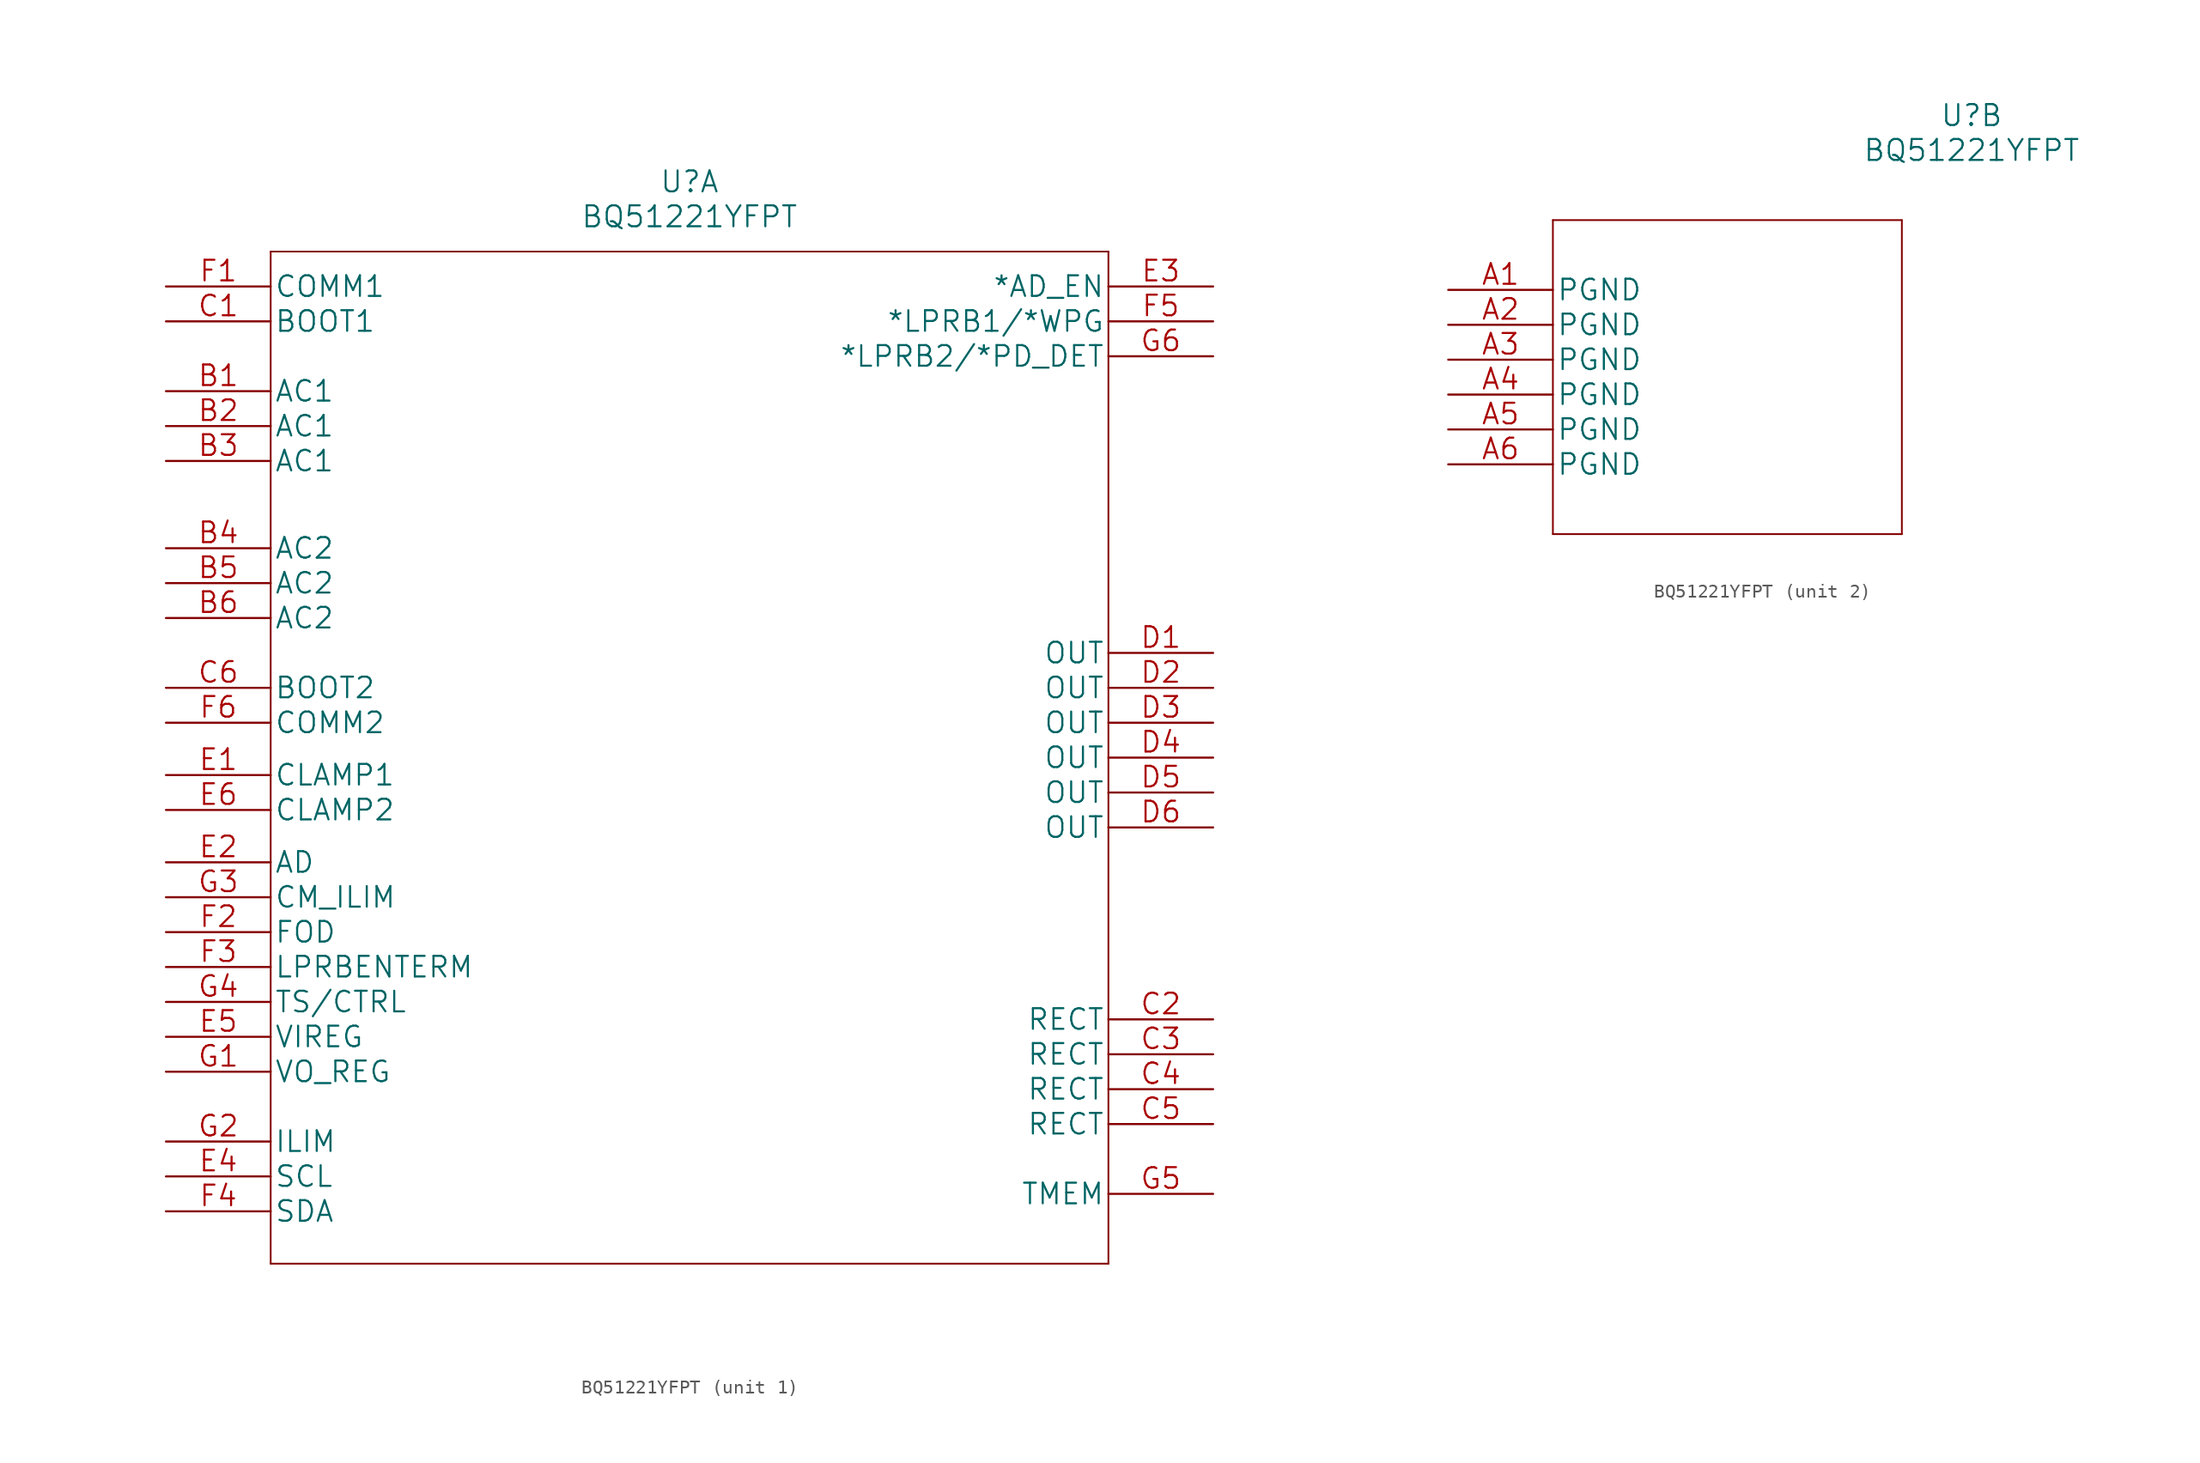
<source format=kicad_sym>
(kicad_symbol_lib
  (version 20211014)
  (generator kicad_symbol_editor)
  (symbol "BQ51221YFPT"
    (pin_names
      (offset 0.254))
    (property "Reference" "U"
      (at 38.1 12.7 0)
      (effects (font (size 1.524 1.524))))
    (property "Value" "BQ51221YFPT"
      (at 38.1 10.16 0)
      (effects (font (size 1.524 1.524))))
    (property "Datasheet" ""
      (at 0 -2.54 0)
      (effects (font (size 1.524 1.524))))
    (symbol "BQ51221YFPT_1_1"
      (polyline (pts (xy 7.62 -66.04) (xy 68.58 -66.04)) (stroke (width 0.127) (type default) (color 0 0 0 0)) (fill (type none)))
      (polyline (pts (xy 7.62 7.62) (xy 7.62 -66.04)) (stroke (width 0.127) (type default) (color 0 0 0 0)) (fill (type none)))
      (polyline (pts (xy 68.58 -66.04) (xy 68.58 7.62)) (stroke (width 0.127) (type default) (color 0 0 0 0)) (fill (type none)))
      (polyline (pts (xy 68.58 7.62) (xy 7.62 7.62)) (stroke (width 0.127) (type default) (color 0 0 0 0)) (fill (type none)))
      (pin input line (at 0 -2.54 0) (length 7.62) (name "AC1" (effects (font (size 1.499 1.499)))) (number "B1" (effects (font (size 1.499 1.499)))))
      (pin input line (at 0 -5.08 0) (length 7.62) (name "AC1" (effects (font (size 1.499 1.499)))) (number "B2" (effects (font (size 1.499 1.499)))))
      (pin input line (at 0 -7.62 0) (length 7.62) (name "AC1" (effects (font (size 1.499 1.499)))) (number "B3" (effects (font (size 1.499 1.499)))))
      (pin input line (at 0 -13.97 0) (length 7.62) (name "AC2" (effects (font (size 1.499 1.499)))) (number "B4" (effects (font (size 1.499 1.499)))))
      (pin input line (at 0 -16.51 0) (length 7.62) (name "AC2" (effects (font (size 1.499 1.499)))) (number "B5" (effects (font (size 1.499 1.499)))))
      (pin input line (at 0 -19.05 0) (length 7.62) (name "AC2" (effects (font (size 1.499 1.499)))) (number "B6" (effects (font (size 1.499 1.499)))))
      (pin output line (at 0 2.54 0) (length 7.62) (name "BOOT1" (effects (font (size 1.499 1.499)))) (number "C1" (effects (font (size 1.499 1.499)))))
      (pin output line (at 76.2 -48.26 180) (length 7.62) (name "RECT" (effects (font (size 1.499 1.499)))) (number "C2" (effects (font (size 1.499 1.499)))))
      (pin output line (at 76.2 -50.8 180) (length 7.62) (name "RECT" (effects (font (size 1.499 1.499)))) (number "C3" (effects (font (size 1.499 1.499)))))
      (pin output line (at 76.2 -53.34 180) (length 7.62) (name "RECT" (effects (font (size 1.499 1.499)))) (number "C4" (effects (font (size 1.499 1.499)))))
      (pin output line (at 76.2 -55.88 180) (length 7.62) (name "RECT" (effects (font (size 1.499 1.499)))) (number "C5" (effects (font (size 1.499 1.499)))))
      (pin output line (at 0 -24.13 0) (length 7.62) (name "BOOT2" (effects (font (size 1.499 1.499)))) (number "C6" (effects (font (size 1.499 1.499)))))
      (pin output line (at 76.2 -21.59 180) (length 7.62) (name "OUT" (effects (font (size 1.499 1.499)))) (number "D1" (effects (font (size 1.499 1.499)))))
      (pin output line (at 76.2 -24.13 180) (length 7.62) (name "OUT" (effects (font (size 1.499 1.499)))) (number "D2" (effects (font (size 1.499 1.499)))))
      (pin output line (at 76.2 -26.67 180) (length 7.62) (name "OUT" (effects (font (size 1.499 1.499)))) (number "D3" (effects (font (size 1.499 1.499)))))
      (pin output line (at 76.2 -29.21 180) (length 7.62) (name "OUT" (effects (font (size 1.499 1.499)))) (number "D4" (effects (font (size 1.499 1.499)))))
      (pin output line (at 76.2 -31.75 180) (length 7.62) (name "OUT" (effects (font (size 1.499 1.499)))) (number "D5" (effects (font (size 1.499 1.499)))))
      (pin output line (at 76.2 -34.29 180) (length 7.62) (name "OUT" (effects (font (size 1.499 1.499)))) (number "D6" (effects (font (size 1.499 1.499)))))
      (pin output line (at 0 -30.48 0) (length 7.62) (name "CLAMP1" (effects (font (size 1.499 1.499)))) (number "E1" (effects (font (size 1.499 1.499)))))
      (pin input line (at 0 -36.83 0) (length 7.62) (name "AD" (effects (font (size 1.499 1.499)))) (number "E2" (effects (font (size 1.499 1.499)))))
      (pin output line (at 76.2 5.08 180) (length 7.62) (name "*AD_EN" (effects (font (size 1.499 1.499)))) (number "E3" (effects (font (size 1.499 1.499)))))
      (pin input line (at 0 -59.69 0) (length 7.62) (name "SCL" (effects (font (size 1.499 1.499)))) (number "E4" (effects (font (size 1.499 1.499)))))
      (pin input line (at 0 -49.53 0) (length 7.62) (name "VIREG" (effects (font (size 1.499 1.499)))) (number "E5" (effects (font (size 1.499 1.499)))))
      (pin output line (at 0 -33.02 0) (length 7.62) (name "CLAMP2" (effects (font (size 1.499 1.499)))) (number "E6" (effects (font (size 1.499 1.499)))))
      (pin output line (at 0 5.08 0) (length 7.62) (name "COMM1" (effects (font (size 1.499 1.499)))) (number "F1" (effects (font (size 1.499 1.499)))))
      (pin input line (at 0 -41.91 0) (length 7.62) (name "FOD" (effects (font (size 1.499 1.499)))) (number "F2" (effects (font (size 1.499 1.499)))))
      (pin input line (at 0 -44.45 0) (length 7.62) (name "LPRBENTERM" (effects (font (size 1.499 1.499)))) (number "F3" (effects (font (size 1.499 1.499)))))
      (pin bidirectional line (at 0 -62.23 0) (length 7.62) (name "SDA" (effects (font (size 1.499 1.499)))) (number "F4" (effects (font (size 1.499 1.499)))))
      (pin output line (at 76.2 2.54 180) (length 7.62) (name "*LPRB1/*WPG" (effects (font (size 1.499 1.499)))) (number "F5" (effects (font (size 1.499 1.499)))))
      (pin output line (at 0 -26.67 0) (length 7.62) (name "COMM2" (effects (font (size 1.499 1.499)))) (number "F6" (effects (font (size 1.499 1.499)))))
      (pin input line (at 0 -52.07 0) (length 7.62) (name "VO_REG" (effects (font (size 1.499 1.499)))) (number "G1" (effects (font (size 1.499 1.499)))))
      (pin bidirectional line (at 0 -57.15 0) (length 7.62) (name "ILIM" (effects (font (size 1.499 1.499)))) (number "G2" (effects (font (size 1.499 1.499)))))
      (pin input line (at 0 -39.37 0) (length 7.62) (name "CM_ILIM" (effects (font (size 1.499 1.499)))) (number "G3" (effects (font (size 1.499 1.499)))))
      (pin input line (at 0 -46.99 0) (length 7.62) (name "TS/CTRL" (effects (font (size 1.499 1.499)))) (number "G4" (effects (font (size 1.499 1.499)))))
      (pin output line (at 76.2 -60.96 180) (length 7.62) (name "TMEM" (effects (font (size 1.499 1.499)))) (number "G5" (effects (font (size 1.499 1.499)))))
      (pin output line (at 76.2 0 180) (length 7.62) (name "*LPRB2/*PD_DET" (effects (font (size 1.499 1.499)))) (number "G6" (effects (font (size 1.499 1.499))))))
    (symbol "BQ51221YFPT_2_1"
      (polyline (pts (xy 7.62 -17.78) (xy 33.02 -17.78)) (stroke (width 0.127) (type default) (color 0 0 0 0)) (fill (type none)))
      (polyline (pts (xy 7.62 5.08) (xy 7.62 -17.78)) (stroke (width 0.127) (type default) (color 0 0 0 0)) (fill (type none)))
      (polyline (pts (xy 33.02 -17.78) (xy 33.02 5.08)) (stroke (width 0.127) (type default) (color 0 0 0 0)) (fill (type none)))
      (polyline (pts (xy 33.02 5.08) (xy 7.62 5.08)) (stroke (width 0.127) (type default) (color 0 0 0 0)) (fill (type none)))
      (pin power_in line (at 0 0 0) (length 7.62) (name "PGND" (effects (font (size 1.499 1.499)))) (number "A1" (effects (font (size 1.499 1.499)))))
      (pin power_in line (at 0 -2.54 0) (length 7.62) (name "PGND" (effects (font (size 1.499 1.499)))) (number "A2" (effects (font (size 1.499 1.499)))))
      (pin power_in line (at 0 -5.08 0) (length 7.62) (name "PGND" (effects (font (size 1.499 1.499)))) (number "A3" (effects (font (size 1.499 1.499)))))
      (pin power_in line (at 0 -7.62 0) (length 7.62) (name "PGND" (effects (font (size 1.499 1.499)))) (number "A4" (effects (font (size 1.499 1.499)))))
      (pin power_in line (at 0 -10.16 0) (length 7.62) (name "PGND" (effects (font (size 1.499 1.499)))) (number "A5" (effects (font (size 1.499 1.499)))))
      (pin power_in line (at 0 -12.7 0) (length 7.62) (name "PGND" (effects (font (size 1.499 1.499)))) (number "A6" (effects (font (size 1.499 1.499))))))))
</source>
